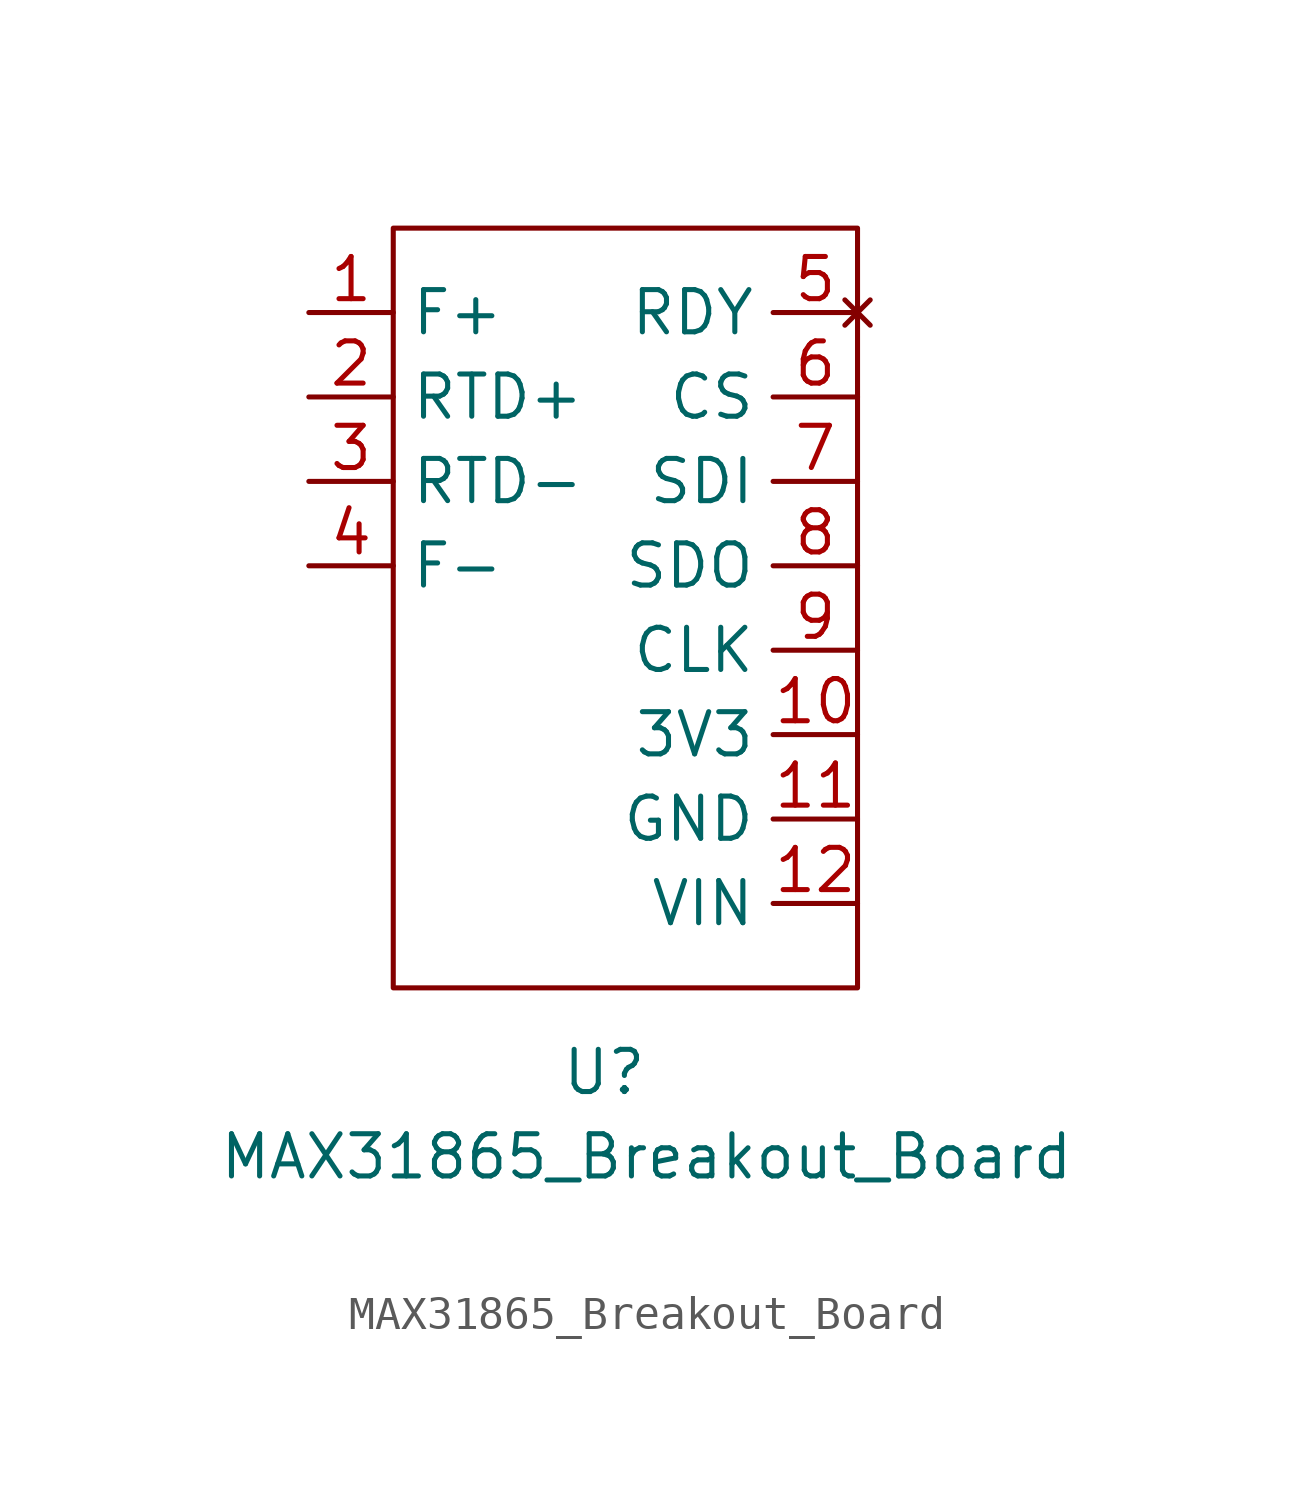
<source format=kicad_sym>
(kicad_symbol_lib
  (version 20211014)
  (generator kicad_symbol_editor)
  (symbol "MAX31865_Breakout_Board"
    (property "Reference" "U"
      (at -1.27 -11.43 0)
      (effects (font (size 1.27 1.27))))
    (property "Value" "MAX31865_Breakout_Board"
      (at 0 -13.97 0)
      (effects (font (size 1.27 1.27))))
    (symbol "MAX31865_Breakout_Board_0_1"
      (rectangle (start -7.62 13.97) (end 6.35 -8.89) (stroke (width 0) (type default) (color 0 0 0 0)) (fill (type none))))
    (symbol "MAX31865_Breakout_Board_1_1"
      (pin output line (at -10.16 11.43 0) (length 2.54) (name "F+" (effects (font (size 1.27 1.27)))) (number "1" (effects (font (size 1.27 1.27)))))
      (pin input line (at 6.35 -1.27 180) (length 2.54) (name "3V3" (effects (font (size 1.27 1.27)))) (number "10" (effects (font (size 1.27 1.27)))))
      (pin input line (at 6.35 -3.81 180) (length 2.54) (name "GND" (effects (font (size 1.27 1.27)))) (number "11" (effects (font (size 1.27 1.27)))))
      (pin input line (at 6.35 -6.35 180) (length 2.54) (name "VIN" (effects (font (size 1.27 1.27)))) (number "12" (effects (font (size 1.27 1.27)))))
      (pin output line (at -10.16 8.89 0) (length 2.54) (name "RTD+" (effects (font (size 1.27 1.27)))) (number "2" (effects (font (size 1.27 1.27)))))
      (pin output line (at -10.16 6.35 0) (length 2.54) (name "RTD-" (effects (font (size 1.27 1.27)))) (number "3" (effects (font (size 1.27 1.27)))))
      (pin output line (at -10.16 3.81 0) (length 2.54) (name "F-" (effects (font (size 1.27 1.27)))) (number "4" (effects (font (size 1.27 1.27)))))
      (pin no_connect line (at 6.35 11.43 180) (length 2.54) (name "RDY" (effects (font (size 1.27 1.27)))) (number "5" (effects (font (size 1.27 1.27)))))
      (pin output line (at 6.35 8.89 180) (length 2.54) (name "CS" (effects (font (size 1.27 1.27)))) (number "6" (effects (font (size 1.27 1.27)))))
      (pin input line (at 6.35 6.35 180) (length 2.54) (name "SDI" (effects (font (size 1.27 1.27)))) (number "7" (effects (font (size 1.27 1.27)))))
      (pin input line (at 6.35 3.81 180) (length 2.54) (name "SDO" (effects (font (size 1.27 1.27)))) (number "8" (effects (font (size 1.27 1.27)))))
      (pin input line (at 6.35 1.27 180) (length 2.54) (name "CLK" (effects (font (size 1.27 1.27)))) (number "9" (effects (font (size 1.27 1.27))))))))
</source>
